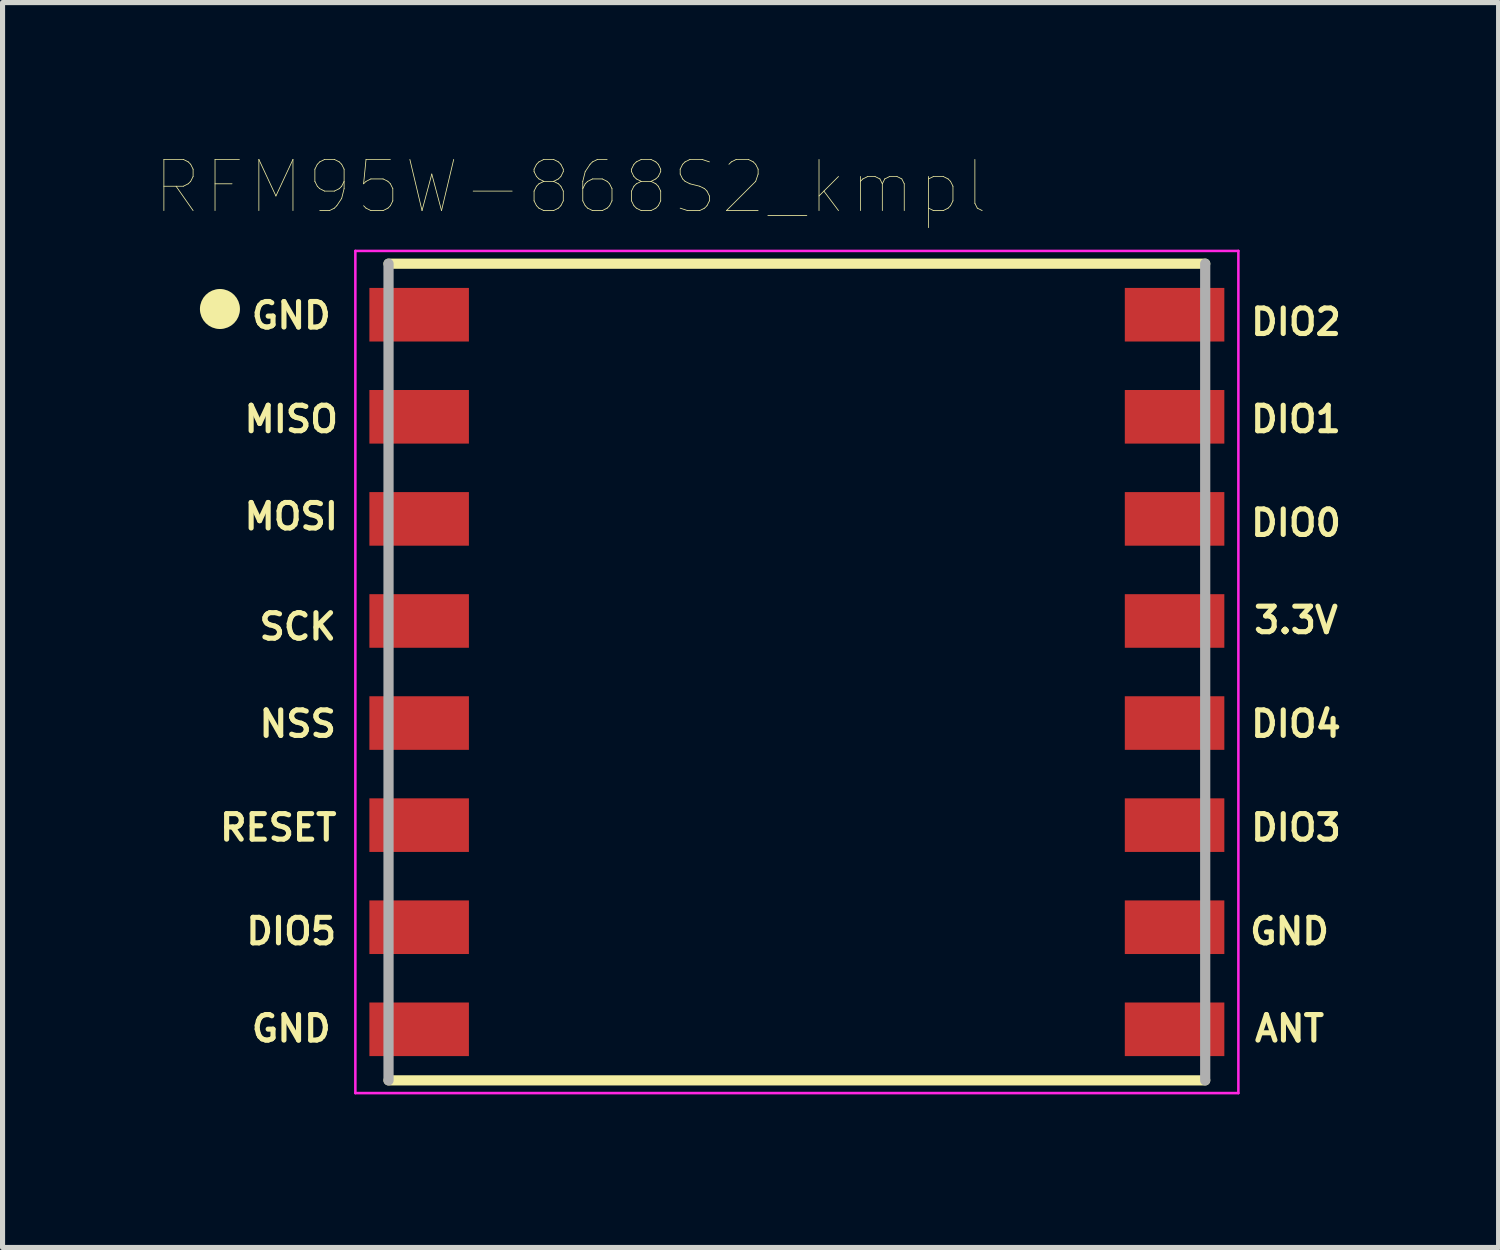
<source format=kicad_pcb>
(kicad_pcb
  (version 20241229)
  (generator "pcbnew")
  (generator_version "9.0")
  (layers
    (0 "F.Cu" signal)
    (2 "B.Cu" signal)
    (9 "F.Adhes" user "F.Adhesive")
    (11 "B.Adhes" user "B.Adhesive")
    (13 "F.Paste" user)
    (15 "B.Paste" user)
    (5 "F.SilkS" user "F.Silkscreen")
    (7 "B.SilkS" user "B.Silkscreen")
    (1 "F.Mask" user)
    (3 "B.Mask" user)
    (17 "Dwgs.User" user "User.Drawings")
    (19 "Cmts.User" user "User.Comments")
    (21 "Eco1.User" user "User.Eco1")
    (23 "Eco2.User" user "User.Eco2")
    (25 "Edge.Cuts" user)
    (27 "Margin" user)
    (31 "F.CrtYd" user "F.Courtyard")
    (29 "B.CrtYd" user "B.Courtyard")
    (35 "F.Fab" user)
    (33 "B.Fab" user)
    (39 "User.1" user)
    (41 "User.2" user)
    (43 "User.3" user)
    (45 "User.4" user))
  (footprint "RFM95W-868S2_kmpl"
    (layer "F.Cu")
    (at 12.562 10.116)
    (property "Reference" "RFM95W-868S2_kmpl" (at -4.433 -9.503 0) (layer "F.SilkS") (effects (font (size 1.002 1.002) (thickness 0.015))))
    (attr through_hole)
    (fp_line (start -8 -8) (end 8 -8) (stroke (width 0.2) (type solid)) (layer "F.SilkS"))
    (fp_line (start 8 8) (end -8 8) (stroke (width 0.2) (type solid)) (layer "F.SilkS"))
    (fp_circle (center -11.303 -7.112) (end -11.011 -7.112) (stroke (width 0.2) (type solid)) (fill no) (layer "F.SilkS"))
    (fp_poly (pts (xy -11.557 -7.366) (xy -11.046 -7.366) (xy -11.046 -6.858) (xy -11.557 -6.858)) (stroke (width 0.01) (type solid)) (fill yes) (layer "F.SilkS"))
    (fp_line (start -8.65 -8.25) (end 8.65 -8.25) (stroke (width 0.05) (type solid)) (layer "F.CrtYd"))
    (fp_line (start -8.65 8.25) (end -8.65 -8.25) (stroke (width 0.05) (type solid)) (layer "F.CrtYd"))
    (fp_line (start 8.65 -8.25) (end 8.65 8.25) (stroke (width 0.05) (type solid)) (layer "F.CrtYd"))
    (fp_line (start 8.65 8.25) (end -8.65 8.25) (stroke (width 0.05) (type solid)) (layer "F.CrtYd"))
    (fp_line (start -8 8) (end -8 -8) (stroke (width 0.2) (type solid)) (layer "F.Fab"))
    (fp_line (start 8 -8) (end 8 8) (stroke (width 0.2) (type solid)) (layer "F.Fab"))
    (fp_text user "DIO3" (at 9.779 3.048 0) (layer "F.SilkS") (effects (font (size 0.5 0.5) (thickness 0.1))))
    (fp_text user "MOSI" (at -9.906 -3.048 0) (layer "F.SilkS") (effects (font (size 0.5 0.5) (thickness 0.1))))
    (fp_text user "DIO2" (at 9.779 -6.858 0) (layer "F.SilkS") (effects (font (size 0.5 0.5) (thickness 0.1))))
    (fp_text user "3.3V" (at 9.779 -1.016 0) (layer "F.SilkS") (effects (font (size 0.5 0.5) (thickness 0.1))))
    (fp_text user "GND" (at -9.906 6.985 0) (layer "F.SilkS") (effects (font (size 0.5 0.5) (thickness 0.1))))
    (fp_text user "GND" (at 9.652 5.08 0) (layer "F.SilkS") (effects (font (size 0.5 0.5) (thickness 0.1))))
    (fp_text user "DIO5" (at -9.906 5.08 0) (layer "F.SilkS") (effects (font (size 0.5 0.5) (thickness 0.1))))
    (fp_text user "DIO1" (at 9.779 -4.953 0) (layer "F.SilkS") (effects (font (size 0.5 0.5) (thickness 0.1))))
    (fp_text user "MISO" (at -9.906 -4.953 0) (layer "F.SilkS") (effects (font (size 0.5 0.5) (thickness 0.1))))
    (fp_text user "SCK" (at -9.779 -0.889 0) (layer "F.SilkS") (effects (font (size 0.5 0.5) (thickness 0.1))))
    (fp_text user "DIO4" (at 9.779 1.016 0) (layer "F.SilkS") (effects (font (size 0.5 0.5) (thickness 0.1))))
    (fp_text user "ANT" (at 9.652 6.985 0) (layer "F.SilkS") (effects (font (size 0.5 0.5) (thickness 0.1))))
    (fp_text user "GND" (at -9.906 -6.985 0) (layer "F.SilkS") (effects (font (size 0.5 0.5) (thickness 0.1))))
    (fp_text user "NSS" (at -9.779 1.016 0) (layer "F.SilkS") (effects (font (size 0.5 0.5) (thickness 0.1))))
    (fp_text user "RESET" (at -10.16 3.048 0) (layer "F.SilkS") (effects (font (size 0.5 0.5) (thickness 0.1))))
    (fp_text user "DIO0" (at 9.779 -2.921 0) (layer "F.SilkS") (effects (font (size 0.5 0.5) (thickness 0.1))))
    (pad "1" smd rect (at -7.4 -7) (size 1.95 1.05) (layers "F.Cu" "F.Mask" "F.Paste"))
    (pad "2" smd rect (at -7.4 -5) (size 1.95 1.05) (layers "F.Cu" "F.Mask" "F.Paste"))
    (pad "3" smd rect (at -7.4 -3) (size 1.95 1.05) (layers "F.Cu" "F.Mask" "F.Paste"))
    (pad "4" smd rect (at -7.4 -1) (size 1.95 1.05) (layers "F.Cu" "F.Mask" "F.Paste"))
    (pad "5" smd rect (at -7.4 1) (size 1.95 1.05) (layers "F.Cu" "F.Mask" "F.Paste"))
    (pad "6" smd rect (at -7.4 3) (size 1.95 1.05) (layers "F.Cu" "F.Mask" "F.Paste"))
    (pad "7" smd rect (at -7.4 5) (size 1.95 1.05) (layers "F.Cu" "F.Mask" "F.Paste"))
    (pad "8" smd rect (at -7.4 7) (size 1.95 1.05) (layers "F.Cu" "F.Mask" "F.Paste"))
    (pad "9" smd rect (at 7.4 7) (size 1.95 1.05) (layers "F.Cu" "F.Mask" "F.Paste"))
    (pad "10" smd rect (at 7.4 5) (size 1.95 1.05) (layers "F.Cu" "F.Mask" "F.Paste"))
    (pad "11" smd rect (at 7.4 3) (size 1.95 1.05) (layers "F.Cu" "F.Mask" "F.Paste"))
    (pad "12" smd rect (at 7.4 1) (size 1.95 1.05) (layers "F.Cu" "F.Mask" "F.Paste"))
    (pad "13" smd rect (at 7.4 -1) (size 1.95 1.05) (layers "F.Cu" "F.Mask" "F.Paste"))
    (pad "14" smd rect (at 7.4 -3) (size 1.95 1.05) (layers "F.Cu" "F.Mask" "F.Paste"))
    (pad "15" smd rect (at 7.4 -5) (size 1.95 1.05) (layers "F.Cu" "F.Mask" "F.Paste"))
    (pad "16" smd rect (at 7.4 -7) (size 1.95 1.05) (layers "F.Cu" "F.Mask" "F.Paste")))
  (gr_rect
    (start -3 -3)
    (end 26.31 21.391)
    (stroke (width 0.1) (type default))
    (fill no)
    (layer "Edge.Cuts")))
</source>
